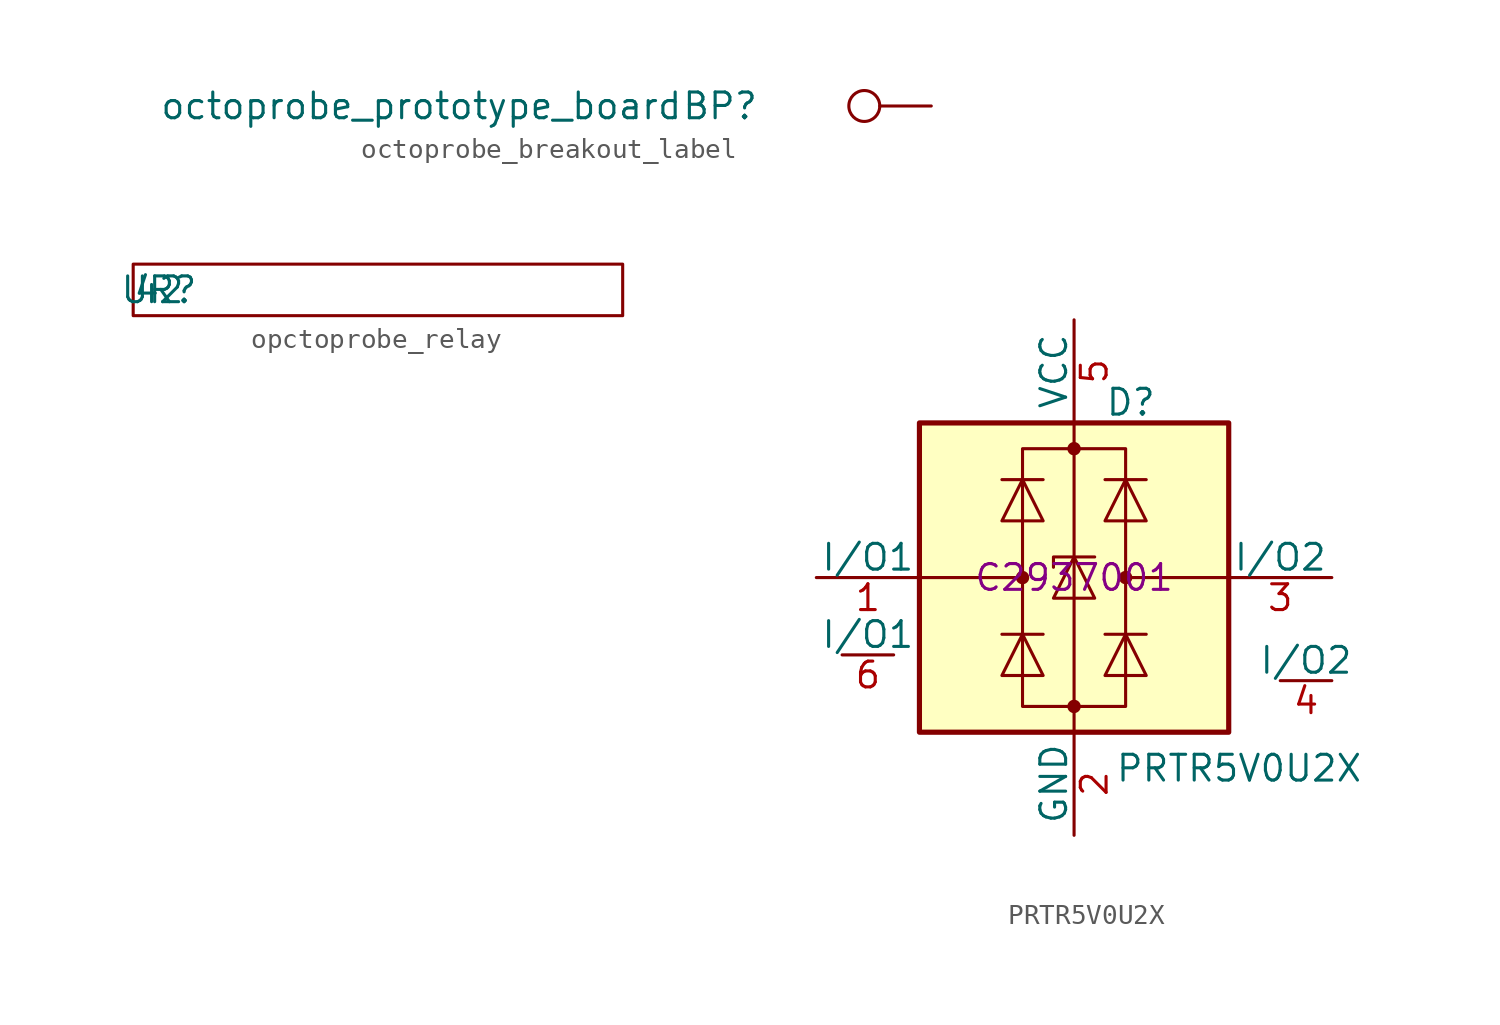
<source format=kicad_sym>
(kicad_symbol_lib
  (version 20231120)
  (generator "kicad_symbol_editor")
  (generator_version "8.0")
  (symbol "octoprobe_breakout_label"
    (pin_numbers hide)
    (pin_names
      (offset 0.762) hide)
    (property "Reference" "BP"
      (at -10.414 0 0)
      (effects (font (size 1.27 1.27))))
    (property "Value" "octoprobe_prototype_board"
      (at -25.146 0 0)
      (effects (font (size 1.27 1.27))))
    (symbol "octoprobe_breakout_label_0_1"
      (circle (center -3.302 0) (radius 0.762) (stroke (width 0) (type default)) (fill (type none))))
    (symbol "octoprobe_breakout_label_1_1"
      (pin passive line (at 0 0 180) (length 2.54) (name "1" (effects (font (size 1.27 1.27)))) (number "1" (effects (font (size 1.27 1.27)))))))
  (symbol "opctoprobe_relay"
    (property "Reference" "UR"
      (at 0 0 0)
      (effects (font (size 1.27 1.27))))
    (property "Value" "42"
      (at 0 0 0)
      (effects (font (size 1.27 1.27))))
    (symbol "opctoprobe_relay_0_1"
      (rectangle (start -1.27 1.27) (end 22.86 -1.27) (stroke (width 0) (type default)) (fill (type none)))))
  (symbol "PRTR5V0U2X"
    (pin_names
      (offset 0))
    (property "Reference" "D"
      (at 2.794 8.636 0)
      (effects (font (size 1.27 1.27))))
    (property "Value" "PRTR5V0U2X"
      (at 8.128 -9.398 0)
      (effects (font (size 1.27 1.27))))
    (property "JLC" "C2937001"
      (at 0 0 0)
      (effects (font (size 1.27 1.27))))
    (symbol "PRTR5V0U2X_0_1"
      (rectangle (start -7.62 7.62) (end 7.62 -7.62) (stroke (width 0.254) (type default)) (fill (type background)))
      (circle (center -2.54 0) (radius 0.254) (stroke (width 0) (type default)) (fill (type outline)))
      (rectangle (start -2.54 6.35) (end 2.54 -6.35) (stroke (width 0) (type default)) (fill (type none)))
      (circle (center 0 -6.35) (radius 0.254) (stroke (width 0) (type default)) (fill (type outline)))
      (polyline (pts (xy -2.54 0) (xy -7.62 0)) (stroke (width 0) (type default)) (fill (type none)))
      (polyline (pts (xy -1.524 -2.794) (xy -3.556 -2.794)) (stroke (width 0) (type default)) (fill (type none)))
      (polyline (pts (xy -1.524 4.826) (xy -3.556 4.826)) (stroke (width 0) (type default)) (fill (type none)))
      (polyline (pts (xy 0 -7.62) (xy 0 7.62)) (stroke (width 0) (type default)) (fill (type none)))
      (polyline (pts (xy 1.524 -2.794) (xy 3.556 -2.794)) (stroke (width 0) (type default)) (fill (type none)))
      (polyline (pts (xy 1.524 4.826) (xy 3.556 4.826)) (stroke (width 0) (type default)) (fill (type none)))
      (polyline (pts (xy 2.54 0) (xy 7.62 0)) (stroke (width 0) (type default)) (fill (type none)))
      (polyline (pts (xy 1.016 1.016) (xy -1.016 1.016) (xy -1.016 0.508)) (stroke (width 0) (type default)) (fill (type none)))
      (polyline (pts (xy -3.556 -4.826) (xy -1.524 -4.826) (xy -2.54 -2.794) (xy -3.556 -4.826)) (stroke (width 0) (type default)) (fill (type none)))
      (polyline (pts (xy -3.556 2.794) (xy -1.524 2.794) (xy -2.54 4.826) (xy -3.556 2.794)) (stroke (width 0) (type default)) (fill (type none)))
      (polyline (pts (xy -1.016 -1.016) (xy 1.016 -1.016) (xy 0 1.016) (xy -1.016 -1.016)) (stroke (width 0) (type default)) (fill (type none)))
      (polyline (pts (xy 3.556 -4.826) (xy 1.524 -4.826) (xy 2.54 -2.794) (xy 3.556 -4.826)) (stroke (width 0) (type default)) (fill (type none)))
      (polyline (pts (xy 3.556 2.794) (xy 1.524 2.794) (xy 2.54 4.826) (xy 3.556 2.794)) (stroke (width 0) (type default)) (fill (type none)))
      (circle (center 0 6.35) (radius 0.254) (stroke (width 0) (type default)) (fill (type outline)))
      (circle (center 2.54 0) (radius 0.254) (stroke (width 0) (type default)) (fill (type outline))))
    (symbol "PRTR5V0U2X_1_0"
      (pin passive line (at 12.7 -5.08 180) (length 2.54) (name "I/O2" (effects (font (size 1.27 1.27)))) (number "4" (effects (font (size 1.27 1.27)))))
      (pin passive line (at -11.43 -3.81 0) (length 2.54) (name "I/O1" (effects (font (size 1.27 1.27)))) (number "6" (effects (font (size 1.27 1.27))))))
    (symbol "PRTR5V0U2X_1_1"
      (pin passive line (at -12.7 0 0) (length 5.08) (name "I/O1" (effects (font (size 1.27 1.27)))) (number "1" (effects (font (size 1.27 1.27)))))
      (pin passive line (at 0 -12.7 90) (length 5.08) (name "GND" (effects (font (size 1.27 1.27)))) (number "2" (effects (font (size 1.27 1.27)))))
      (pin passive line (at 12.7 0 180) (length 5.08) (name "I/O2" (effects (font (size 1.27 1.27)))) (number "3" (effects (font (size 1.27 1.27)))))
      (pin passive line (at 0 12.7 270) (length 5.08) (name "VCC" (effects (font (size 1.27 1.27)))) (number "5" (effects (font (size 1.27 1.27))))))))
</source>
